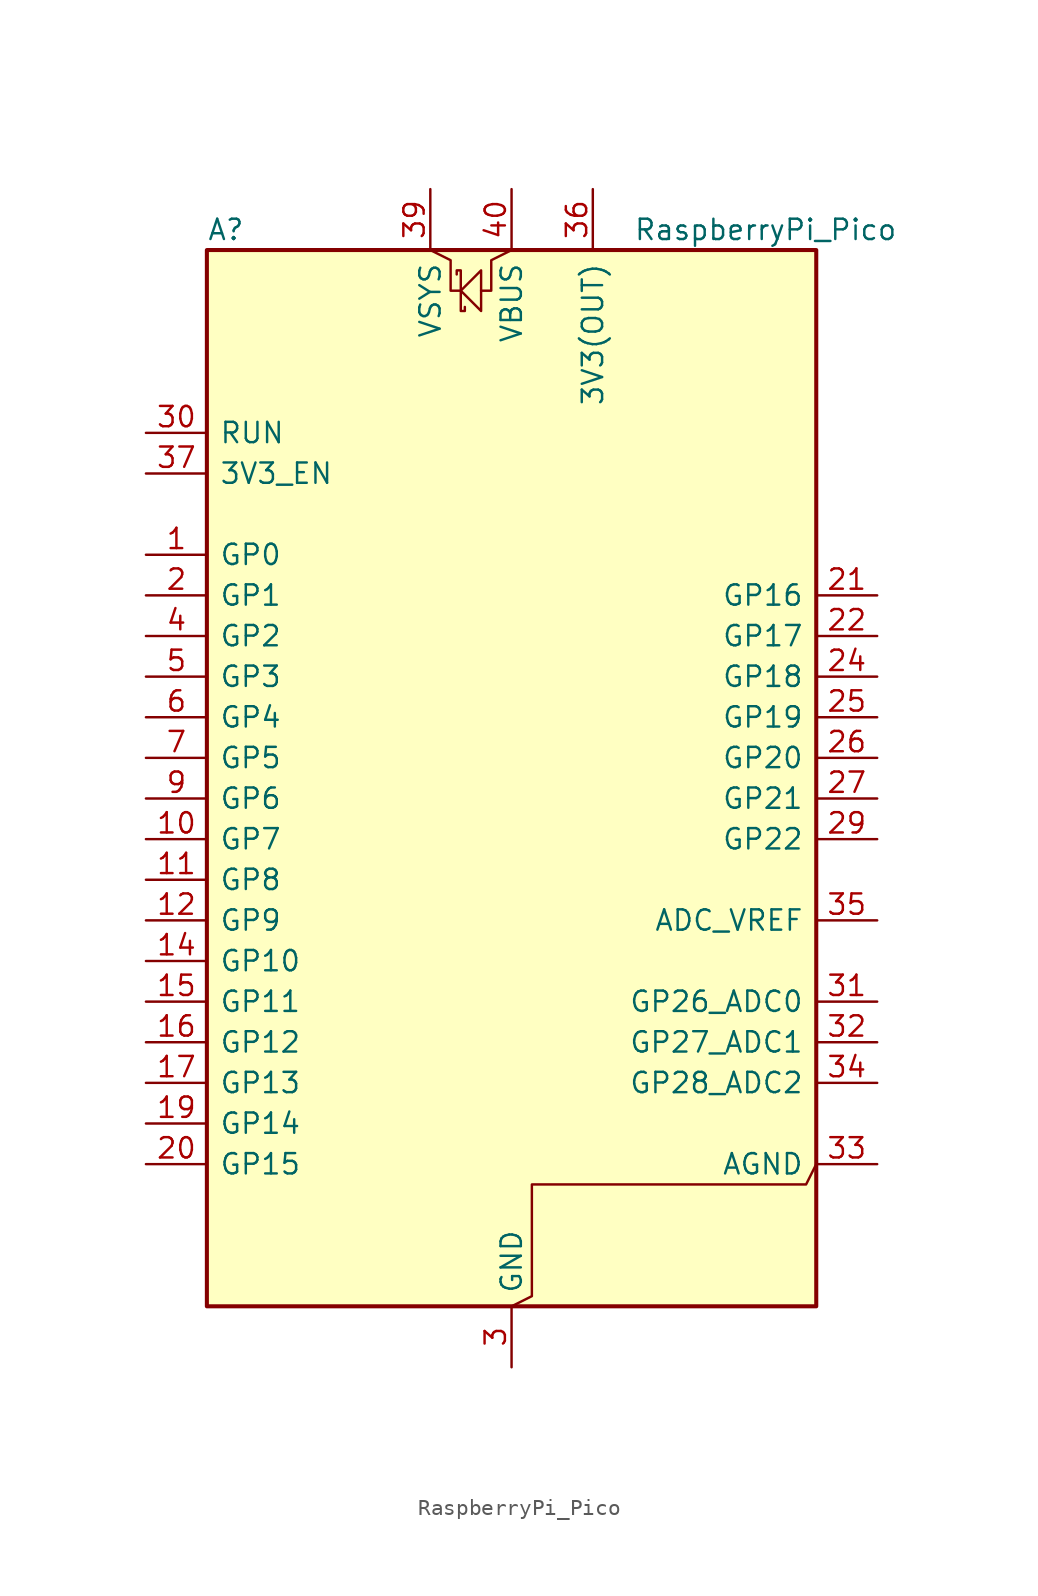
<source format=kicad_sym>
(kicad_symbol_lib
  (version 20241209)
  (generator "kicad_symbol_editor")
  (generator_version "9.0")
  (symbol "RaspberryPi_Pico"
    (pin_names
      (offset 0.762))
    (property "Reference" "A"
      (at -19.05 35.56 0)
      (effects (font (size 1.27 1.27)) (justify left)))
    (property "Value" "RaspberryPi_Pico"
      (at 7.62 35.56 0)
      (effects (font (size 1.27 1.27)) (justify left)))
    (symbol "RaspberryPi_Pico_0_1"
      (rectangle (start -19.05 34.29) (end 19.05 -31.75) (stroke (width 0.254) (type default)) (fill (type background)))
      (polyline (pts (xy -5.08 34.29) (xy -3.81 33.655) (xy -3.81 31.75) (xy -3.175 31.75)) (stroke (width 0) (type default)) (fill (type none)))
      (polyline (pts (xy -3.429 32.766) (xy -3.429 33.02) (xy -3.175 33.02) (xy -3.175 30.48) (xy -2.921 30.48) (xy -2.921 30.734)) (stroke (width 0) (type default)) (fill (type none)))
      (polyline (pts (xy -3.175 31.75) (xy -1.905 33.02) (xy -1.905 30.48) (xy -3.175 31.75)) (stroke (width 0) (type default)) (fill (type none)))
      (polyline (pts (xy 0 34.29) (xy -1.27 33.655) (xy -1.27 31.75) (xy -1.905 31.75)) (stroke (width 0) (type default)) (fill (type none)))
      (polyline (pts (xy 0 -31.75) (xy 1.27 -31.115) (xy 1.27 -24.13) (xy 18.415 -24.13) (xy 19.05 -22.86)) (stroke (width 0) (type default)) (fill (type none))))
    (symbol "RaspberryPi_Pico_1_1"
      (pin passive line (at -22.86 22.86 0) (length 3.81) (name "RUN" (effects (font (size 1.27 1.27)))) (number "30" (effects (font (size 1.27 1.27)))) (alternate "~{RESET}" passive line))
      (pin passive line (at -22.86 20.32 0) (length 3.81) (name "3V3_EN" (effects (font (size 1.27 1.27)))) (number "37" (effects (font (size 1.27 1.27)))) (alternate "~{3V3_DISABLE}" passive line))
      (pin bidirectional line (at -22.86 15.24 0) (length 3.81) (name "GP0" (effects (font (size 1.27 1.27)))) (number "1" (effects (font (size 1.27 1.27)))) (alternate "I2C0_SDA" bidirectional line) (alternate "PWM0_A" output line) (alternate "SPI0_RX" input line) (alternate "UART0_TX" output line) (alternate "USB_OVCUR_DET" input line))
      (pin bidirectional line (at -22.86 12.7 0) (length 3.81) (name "GP1" (effects (font (size 1.27 1.27)))) (number "2" (effects (font (size 1.27 1.27)))) (alternate "I2C0_SCL" bidirectional clock) (alternate "PWM0_B" bidirectional line) (alternate "UART0_RX" input line) (alternate "USB_VBUS_DET" passive line) (alternate "~{SPI0_CSn}" bidirectional line))
      (pin bidirectional line (at -22.86 10.16 0) (length 3.81) (name "GP2" (effects (font (size 1.27 1.27)))) (number "4" (effects (font (size 1.27 1.27)))) (alternate "I2C1_SDA" bidirectional line) (alternate "PWM1_A" output line) (alternate "SPI0_SCK" bidirectional clock) (alternate "UART0_CTS" input line) (alternate "USB_VBUS_EN" output line))
      (pin bidirectional line (at -22.86 7.62 0) (length 3.81) (name "GP3" (effects (font (size 1.27 1.27)))) (number "5" (effects (font (size 1.27 1.27)))) (alternate "I2C1_SCL" bidirectional clock) (alternate "PWM1_B" bidirectional line) (alternate "SPI0_TX" output line) (alternate "UART0_RTS" output line) (alternate "USB_OVCUR_DET" input line))
      (pin bidirectional line (at -22.86 5.08 0) (length 3.81) (name "GP4" (effects (font (size 1.27 1.27)))) (number "6" (effects (font (size 1.27 1.27)))) (alternate "I2C0_SDA" bidirectional line) (alternate "PWM2_A" output line) (alternate "SPI0_RX" input line) (alternate "UART1_TX" output line) (alternate "USB_VBUS_DET" input line))
      (pin bidirectional line (at -22.86 2.54 0) (length 3.81) (name "GP5" (effects (font (size 1.27 1.27)))) (number "7" (effects (font (size 1.27 1.27)))) (alternate "I2C0_SCL" bidirectional clock) (alternate "PWM2_B" bidirectional line) (alternate "UART1_RX" input line) (alternate "USB_VBUS_EN" output line) (alternate "~{SPI0_CSn}" bidirectional line))
      (pin bidirectional line (at -22.86 0 0) (length 3.81) (name "GP6" (effects (font (size 1.27 1.27)))) (number "9" (effects (font (size 1.27 1.27)))) (alternate "I2C1_SDA" bidirectional line) (alternate "PWM3_A" output line) (alternate "SPI0_SCK" bidirectional clock) (alternate "UART1_CTS" input line) (alternate "USB_OVCUR_DET" input line))
      (pin bidirectional line (at -22.86 -2.54 0) (length 3.81) (name "GP7" (effects (font (size 1.27 1.27)))) (number "10" (effects (font (size 1.27 1.27)))) (alternate "I2C1_SCL" bidirectional clock) (alternate "PWM3_B" bidirectional line) (alternate "SPI0_TX" output line) (alternate "UART1_RTS" output line) (alternate "USB_VBUS_DET" input line))
      (pin bidirectional line (at -22.86 -5.08 0) (length 3.81) (name "GP8" (effects (font (size 1.27 1.27)))) (number "11" (effects (font (size 1.27 1.27)))) (alternate "I2C0_SDA" bidirectional line) (alternate "PWM4_A" output line) (alternate "SPI1_RX" input line) (alternate "UART1_TX" output line) (alternate "USB_VBUS_EN" output line))
      (pin bidirectional line (at -22.86 -7.62 0) (length 3.81) (name "GP9" (effects (font (size 1.27 1.27)))) (number "12" (effects (font (size 1.27 1.27)))) (alternate "I2C0_SCL" bidirectional clock) (alternate "PWM4_B" bidirectional line) (alternate "UART1_RX" input line) (alternate "USB_OVCUR_DET" input line) (alternate "~{SPI1_CSn}" bidirectional line))
      (pin bidirectional line (at -22.86 -10.16 0) (length 3.81) (name "GP10" (effects (font (size 1.27 1.27)))) (number "14" (effects (font (size 1.27 1.27)))) (alternate "I2C1_SDA" bidirectional line) (alternate "PWM5_A" output line) (alternate "SPI1_SCK" bidirectional clock) (alternate "UART1_CTS" input line) (alternate "USB_VBUS_DET" input line))
      (pin bidirectional line (at -22.86 -12.7 0) (length 3.81) (name "GP11" (effects (font (size 1.27 1.27)))) (number "15" (effects (font (size 1.27 1.27)))) (alternate "I2C1_SCL" bidirectional clock) (alternate "PWM5_B" bidirectional line) (alternate "SPI1_TX" output line) (alternate "UART1_RTS" output line) (alternate "USB_VBUS_EN" output line))
      (pin bidirectional line (at -22.86 -15.24 0) (length 3.81) (name "GP12" (effects (font (size 1.27 1.27)))) (number "16" (effects (font (size 1.27 1.27)))) (alternate "I2C0_SDA" bidirectional line) (alternate "PWM6_A" output line) (alternate "SPI1_RX" input line) (alternate "UART0_TX" output line) (alternate "USB_OVCUR_DET" input line))
      (pin bidirectional line (at -22.86 -17.78 0) (length 3.81) (name "GP13" (effects (font (size 1.27 1.27)))) (number "17" (effects (font (size 1.27 1.27)))) (alternate "I2C0_SCL" bidirectional clock) (alternate "PWM6_B" bidirectional line) (alternate "UART0_RX" input line) (alternate "USB_VBUS_DET" input line) (alternate "~{SPI1_CSn}" bidirectional line))
      (pin bidirectional line (at -22.86 -20.32 0) (length 3.81) (name "GP14" (effects (font (size 1.27 1.27)))) (number "19" (effects (font (size 1.27 1.27)))) (alternate "I2C1_SDA" bidirectional line) (alternate "PWM7_A" output line) (alternate "SPI1_SCK" bidirectional clock) (alternate "UART0_CTS" input line) (alternate "USB_VBUS_EN" output line))
      (pin bidirectional line (at -22.86 -22.86 0) (length 3.81) (name "GP15" (effects (font (size 1.27 1.27)))) (number "20" (effects (font (size 1.27 1.27)))) (alternate "I2C1_SCL" bidirectional clock) (alternate "PWM7_B" bidirectional line) (alternate "SPI1_TX" output line) (alternate "UART0_RTS" output line) (alternate "USB_OVCUR_DET" input line))
      (pin power_in line (at -5.08 38.1 270) (length 3.81) (name "VSYS" (effects (font (size 1.27 1.27)))) (number "39" (effects (font (size 1.27 1.27)))) (alternate "VSYS_OUT" power_out line))
      (pin power_out line (at 0 38.1 270) (length 3.81) (name "VBUS" (effects (font (size 1.27 1.27)))) (number "40" (effects (font (size 1.27 1.27)))) (alternate "VBUS_IN" power_in line))
      (pin passive line (at 0 -35.56 90) (length 3.81) (hide yes) (name "GND" (effects (font (size 1.27 1.27)))) (number "13" (effects (font (size 1.27 1.27)))))
      (pin passive line (at 0 -35.56 90) (length 3.81) (hide yes) (name "GND" (effects (font (size 1.27 1.27)))) (number "18" (effects (font (size 1.27 1.27)))))
      (pin passive line (at 0 -35.56 90) (length 3.81) (hide yes) (name "GND" (effects (font (size 1.27 1.27)))) (number "23" (effects (font (size 1.27 1.27)))))
      (pin passive line (at 0 -35.56 90) (length 3.81) (hide yes) (name "GND" (effects (font (size 1.27 1.27)))) (number "28" (effects (font (size 1.27 1.27)))))
      (pin power_out line (at 0 -35.56 90) (length 3.81) (name "GND" (effects (font (size 1.27 1.27)))) (number "3" (effects (font (size 1.27 1.27)))) (alternate "GND_IN" power_in line))
      (pin passive line (at 0 -35.56 90) (length 3.81) (hide yes) (name "GND" (effects (font (size 1.27 1.27)))) (number "38" (effects (font (size 1.27 1.27)))))
      (pin passive line (at 0 -35.56 90) (length 3.81) (hide yes) (name "GND" (effects (font (size 1.27 1.27)))) (number "8" (effects (font (size 1.27 1.27)))))
      (pin power_out line (at 5.08 38.1 270) (length 3.81) (name "3V3(OUT)" (effects (font (size 1.27 1.27)))) (number "36" (effects (font (size 1.27 1.27)))))
      (pin bidirectional line (at 22.86 12.7 180) (length 3.81) (name "GP16" (effects (font (size 1.27 1.27)))) (number "21" (effects (font (size 1.27 1.27)))) (alternate "I2C0_SDA" bidirectional line) (alternate "PWM0_A" output line) (alternate "SPI0_RX" input line) (alternate "UART0_TX" output line) (alternate "USB_VBUS_DET" input line))
      (pin bidirectional line (at 22.86 10.16 180) (length 3.81) (name "GP17" (effects (font (size 1.27 1.27)))) (number "22" (effects (font (size 1.27 1.27)))) (alternate "I2C0_SCL" bidirectional clock) (alternate "PWM0_B" bidirectional line) (alternate "UART0_RX" input line) (alternate "USB_VBUS_EN" output line) (alternate "~{SPI0_CSn}" bidirectional line))
      (pin bidirectional line (at 22.86 7.62 180) (length 3.81) (name "GP18" (effects (font (size 1.27 1.27)))) (number "24" (effects (font (size 1.27 1.27)))) (alternate "I2C1_SDA" bidirectional line) (alternate "PWM1_A" output line) (alternate "SPI0_SCK" bidirectional clock) (alternate "UART0_CTS" input line) (alternate "USB_OVCUR_DET" input line))
      (pin bidirectional line (at 22.86 5.08 180) (length 3.81) (name "GP19" (effects (font (size 1.27 1.27)))) (number "25" (effects (font (size 1.27 1.27)))) (alternate "I2C1_SCL" bidirectional clock) (alternate "PWM1_B" bidirectional line) (alternate "SPI0_TX" output line) (alternate "UART0_RTS" output line) (alternate "USB_VBUS_DET" input line))
      (pin bidirectional line (at 22.86 2.54 180) (length 3.81) (name "GP20" (effects (font (size 1.27 1.27)))) (number "26" (effects (font (size 1.27 1.27)))) (alternate "CLOCK_GPIN0" input clock) (alternate "I2C0_SDA" bidirectional line) (alternate "PWM2_A" output line) (alternate "SPI0_RX" input line) (alternate "UART1_TX" output line) (alternate "USB_VBUS_EN" output line))
      (pin bidirectional line (at 22.86 0 180) (length 3.81) (name "GP21" (effects (font (size 1.27 1.27)))) (number "27" (effects (font (size 1.27 1.27)))) (alternate "CLOCK_GPOUT0" output clock) (alternate "I2C0_SCL" bidirectional clock) (alternate "PWM2_B" bidirectional line) (alternate "UART1_RX" input line) (alternate "USB_OVCUR_DET" input line) (alternate "~{SPI0_CSn}" bidirectional line))
      (pin bidirectional line (at 22.86 -2.54 180) (length 3.81) (name "GP22" (effects (font (size 1.27 1.27)))) (number "29" (effects (font (size 1.27 1.27)))) (alternate "CLOCK_GPIN1" input clock) (alternate "I2C1_SDA" bidirectional line) (alternate "PWM3_A" output line) (alternate "SPI0_SCK" bidirectional clock) (alternate "UART1_CTS" input line) (alternate "USB_VBUS_DET" input line))
      (pin power_in line (at 22.86 -7.62 180) (length 3.81) (name "ADC_VREF" (effects (font (size 1.27 1.27)))) (number "35" (effects (font (size 1.27 1.27)))))
      (pin bidirectional line (at 22.86 -12.7 180) (length 3.81) (name "GP26_ADC0" (effects (font (size 1.27 1.27)))) (number "31" (effects (font (size 1.27 1.27)))) (alternate "ADC0" input line) (alternate "GPIO26" bidirectional line) (alternate "I2C1_SDA" bidirectional line) (alternate "PWM5_A" output line) (alternate "SPI1_SCK" bidirectional clock) (alternate "UART1_CTS" input line) (alternate "USB_VBUS_EN" output line))
      (pin bidirectional line (at 22.86 -15.24 180) (length 3.81) (name "GP27_ADC1" (effects (font (size 1.27 1.27)))) (number "32" (effects (font (size 1.27 1.27)))) (alternate "ADC1" input line) (alternate "GPIO27" bidirectional line) (alternate "I2C1_SCL" bidirectional clock) (alternate "PWM5_B" bidirectional line) (alternate "SPI1_TX" output line) (alternate "UART1_RTS" output line) (alternate "USB_OVCUR_DET" input line))
      (pin bidirectional line (at 22.86 -17.78 180) (length 3.81) (name "GP28_ADC2" (effects (font (size 1.27 1.27)))) (number "34" (effects (font (size 1.27 1.27)))) (alternate "ADC2" input line) (alternate "GPIO28" bidirectional line) (alternate "I2C0_SDA" bidirectional line) (alternate "PWM6_A" output line) (alternate "SPI1_RX" input line) (alternate "UART0_TX" output line) (alternate "USB_VBUS_DET" input line))
      (pin power_out line (at 22.86 -22.86 180) (length 3.81) (name "AGND" (effects (font (size 1.27 1.27)))) (number "33" (effects (font (size 1.27 1.27)))) (alternate "GND" passive line)))))
</source>
